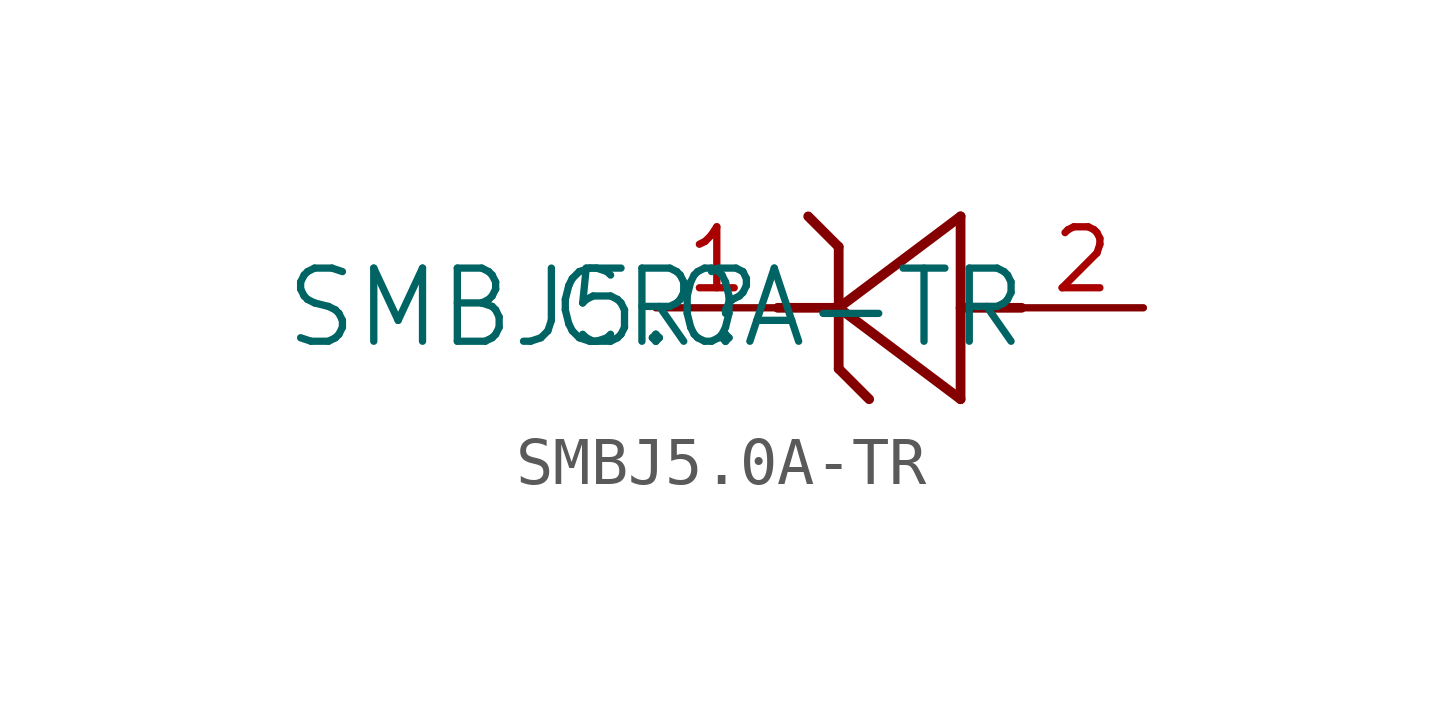
<source format=kicad_sym>
(kicad_symbol_lib
  (version 20211014)
  (generator kicad_symbol_editor)
  (symbol "SMBJ5.0A-TR"
    (pin_names
      (offset 0.254))
    (property "Reference" "CR"
      (at 0 0 0)
      (effects (font (size 1.524 1.524))))
    (property "Value" "SMBJ5.0A-TR"
      (at 0 0 0)
      (effects (font (size 1.524 1.524))))
    (symbol "SMBJ5.0A-TR_0_1"
      (polyline (pts (xy 3.81 -1.27) (xy 4.445 -1.905)) (stroke (width 0.203) (type default) (color 0 0 0 0)) (fill (type none)))
      (polyline (pts (xy 7.62 0) (xy 6.35 0)) (stroke (width 0.203) (type default) (color 0 0 0 0)) (fill (type none)))
      (polyline (pts (xy 3.175 1.905) (xy 3.81 1.27)) (stroke (width 0.203) (type default) (color 0 0 0 0)) (fill (type none)))
      (polyline (pts (xy 6.35 -1.905) (xy 6.35 1.905)) (stroke (width 0.203) (type default) (color 0 0 0 0)) (fill (type none)))
      (polyline (pts (xy 3.81 1.27) (xy 3.81 -1.27)) (stroke (width 0.203) (type default) (color 0 0 0 0)) (fill (type none)))
      (polyline (pts (xy 3.81 0) (xy 6.35 -1.905)) (stroke (width 0.203) (type default) (color 0 0 0 0)) (fill (type none)))
      (polyline (pts (xy 6.35 1.905) (xy 3.81 0)) (stroke (width 0.203) (type default) (color 0 0 0 0)) (fill (type none)))
      (polyline (pts (xy 2.54 0) (xy 3.81 0)) (stroke (width 0.203) (type default) (color 0 0 0 0)) (fill (type none)))
      (pin unspecified line (at 0 0 0) (length 2.54) (name "" (effects (font (size 1.27 1.27)))) (number "1" (effects (font (size 1.27 1.27)))))
      (pin unspecified line (at 10.16 0 180) (length 2.54) (name "" (effects (font (size 1.27 1.27)))) (number "2" (effects (font (size 1.27 1.27))))))))
</source>
